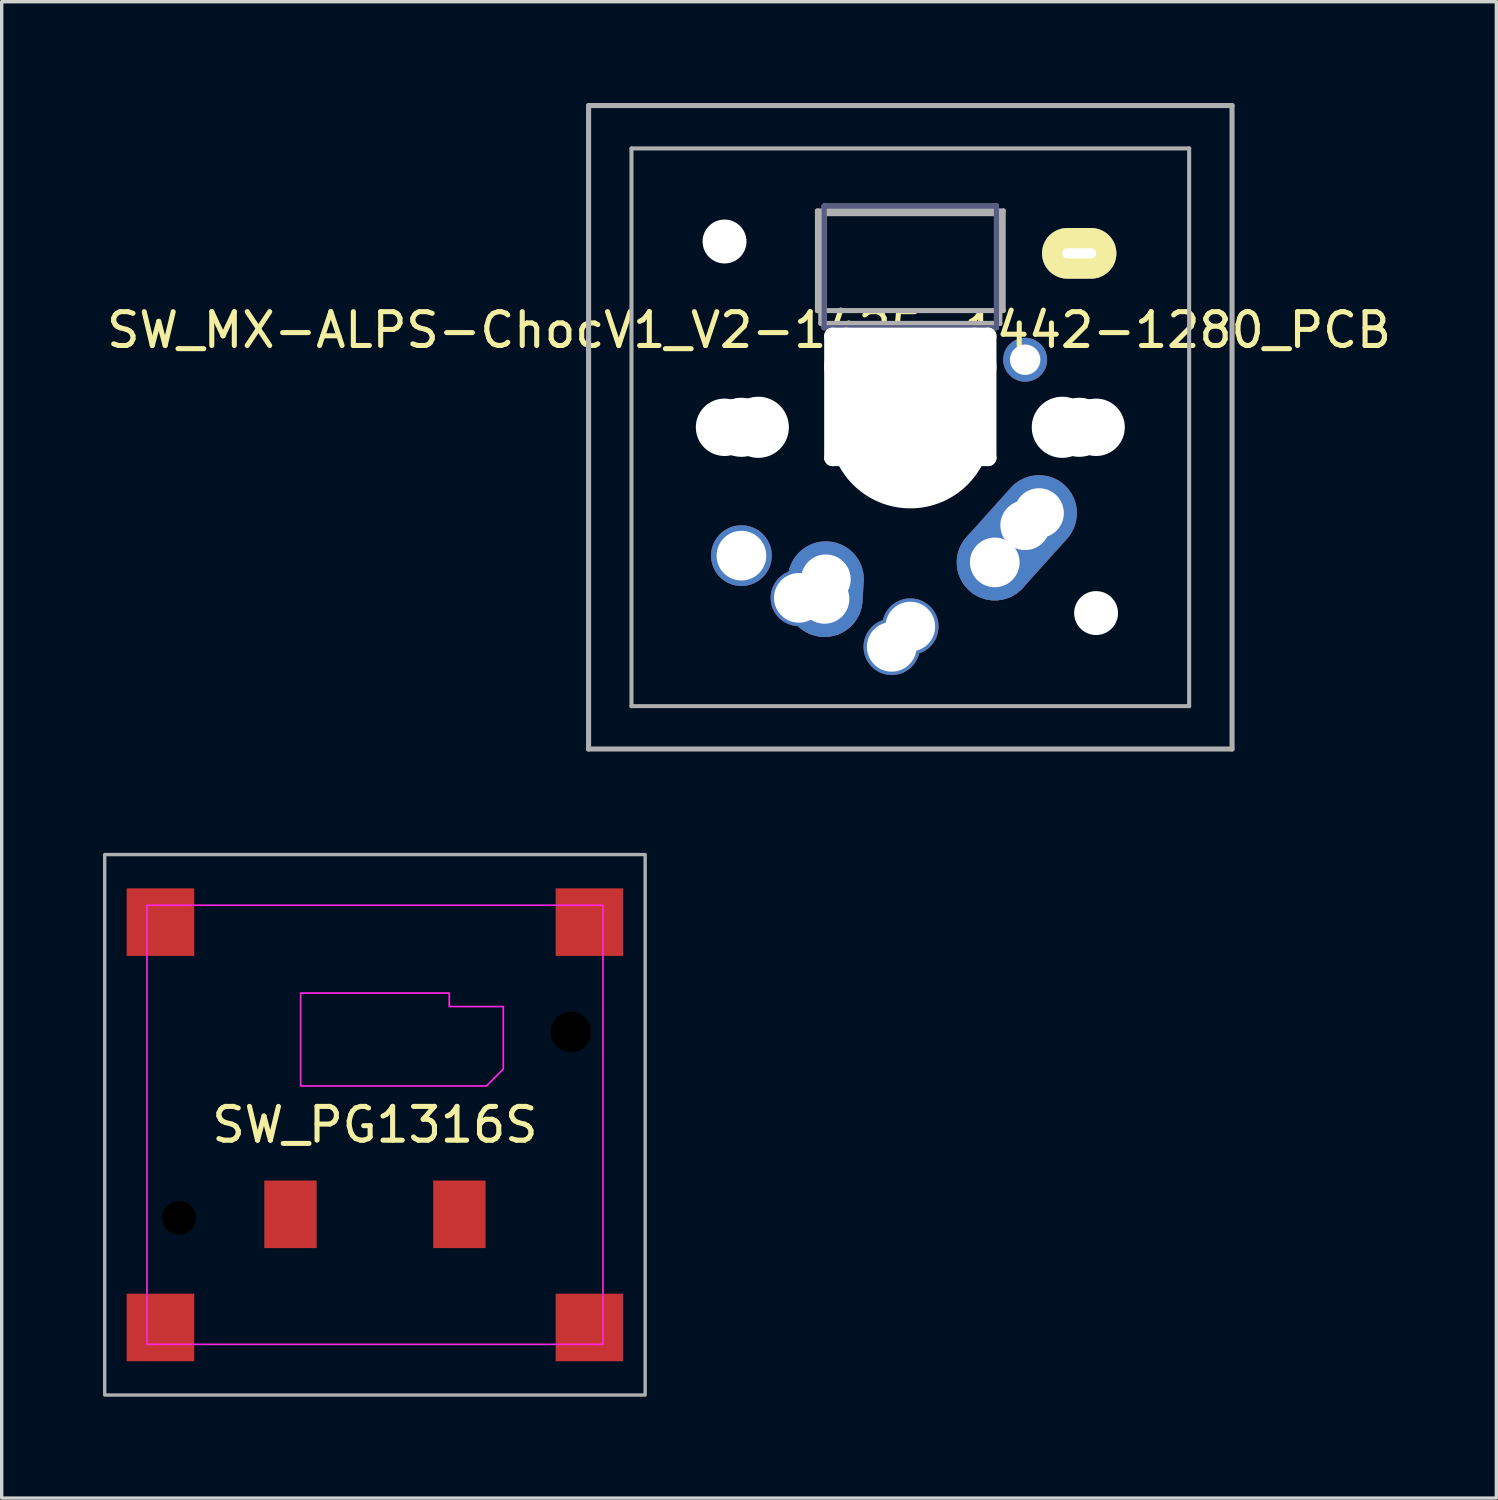
<source format=kicad_pcb>
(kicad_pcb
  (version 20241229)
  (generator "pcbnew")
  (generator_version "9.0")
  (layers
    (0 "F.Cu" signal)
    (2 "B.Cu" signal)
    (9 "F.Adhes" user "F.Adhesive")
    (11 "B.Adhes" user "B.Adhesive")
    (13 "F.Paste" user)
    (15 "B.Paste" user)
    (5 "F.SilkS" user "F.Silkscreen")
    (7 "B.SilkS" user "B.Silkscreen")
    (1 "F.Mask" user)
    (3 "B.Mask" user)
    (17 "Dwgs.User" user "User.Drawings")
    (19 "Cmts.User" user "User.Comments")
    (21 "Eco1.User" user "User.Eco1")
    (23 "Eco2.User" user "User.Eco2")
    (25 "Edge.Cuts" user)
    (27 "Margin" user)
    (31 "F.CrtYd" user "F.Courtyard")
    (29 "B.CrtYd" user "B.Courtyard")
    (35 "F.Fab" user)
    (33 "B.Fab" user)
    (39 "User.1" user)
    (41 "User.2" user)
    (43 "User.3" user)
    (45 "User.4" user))
  (footprint "SW_MX-ALPS-ChocV1_V2-1425-1442-1280_PCB"
    (layer "F.Cu")
    (at 23.9 9.6)
    (property "Reference" "SW_MX-ALPS-ChocV1_V2-1425-1442-1280_PCB" (at -4.775 -2.877 0) (unlocked yes) (layer "F.SilkS") (effects (font (size 1 1) (thickness 0.15))))
    (attr through_hole)
    (fp_line (start -2.55 -6.55) (end 2.55 -6.55) (stroke (width 0.15) (type solid)) (layer "B.Fab"))
    (fp_line (start -2.55 -2.95) (end -2.55 -6.55) (stroke (width 0.15) (type solid)) (layer "B.Fab"))
    (fp_line (start 2.55 -6.55) (end 2.55 -2.95) (stroke (width 0.15) (type solid)) (layer "B.Fab"))
    (fp_line (start 2.55 -2.95) (end -2.55 -2.95) (stroke (width 0.15) (type solid)) (layer "B.Fab"))
    (fp_line (start -9.525 -9.525) (end 9.525 -9.525) (stroke (width 0.15) (type solid)) (layer "F.Fab"))
    (fp_line (start -9.525 9.525) (end -9.525 -9.525) (stroke (width 0.15) (type solid)) (layer "F.Fab"))
    (fp_line (start -8.255 -8.255) (end 8.255 -8.255) (stroke (width 0.12) (type solid)) (layer "F.Fab"))
    (fp_line (start -8.255 8.255) (end -8.255 -8.255) (stroke (width 0.12) (type solid)) (layer "F.Fab"))
    (fp_line (start -2.75 -6.405) (end 2.75 -6.405) (stroke (width 0.15) (type solid)) (layer "F.Fab"))
    (fp_line (start -2.75 -3.455) (end -2.75 -6.405) (stroke (width 0.15) (type solid)) (layer "F.Fab"))
    (fp_line (start -2.75 -3.455) (end 2.75 -3.455) (stroke (width 0.15) (type solid)) (layer "F.Fab"))
    (fp_line (start -2.65 -6.325) (end -2.65 -3.075) (stroke (width 0.15) (type solid)) (layer "F.Fab"))
    (fp_line (start -2.65 -6.325) (end 2.65 -6.325) (stroke (width 0.15) (type solid)) (layer "F.Fab"))
    (fp_line (start -2.65 -3.075) (end 2.65 -3.075) (stroke (width 0.15) (type solid)) (layer "F.Fab"))
    (fp_line (start -2.55 -6.55) (end -2.55 -2.95) (stroke (width 0.15) (type solid)) (layer "F.Fab"))
    (fp_line (start -2.55 -2.95) (end 2.55 -2.95) (stroke (width 0.15) (type solid)) (layer "F.Fab"))
    (fp_line (start 2.55 -6.55) (end -2.55 -6.55) (stroke (width 0.15) (type solid)) (layer "F.Fab"))
    (fp_line (start 2.55 -2.95) (end 2.55 -6.55) (stroke (width 0.15) (type solid)) (layer "F.Fab"))
    (fp_line (start 2.65 -6.325) (end 2.65 -3.075) (stroke (width 0.15) (type solid)) (layer "F.Fab"))
    (fp_line (start 2.75 -3.455) (end 2.75 -6.405) (stroke (width 0.15) (type solid)) (layer "F.Fab"))
    (fp_line (start 8.255 -8.255) (end 8.255 8.255) (stroke (width 0.12) (type solid)) (layer "F.Fab"))
    (fp_line (start 8.255 8.255) (end -8.255 8.255) (stroke (width 0.12) (type solid)) (layer "F.Fab"))
    (fp_line (start 9.525 -9.525) (end 9.525 9.525) (stroke (width 0.15) (type solid)) (layer "F.Fab"))
    (fp_line (start 9.525 9.525) (end -9.525 9.525) (stroke (width 0.15) (type solid)) (layer "F.Fab"))
    (pad "" np_thru_hole circle (at -5.5 -5.5) (size 1.3 1.3) (drill 1.3) (layers "*.Cu" "*.Mask"))
    (pad "" np_thru_hole circle (at -5.5 0 228.1) (size 1.7 1.7) (drill 1.7) (layers "*.Cu" "*.Mask"))
    (pad "" np_thru_hole circle (at -5.08 0) (size 1.7 1.7) (drill 1.7) (layers "*.Cu" "*.Mask"))
    (pad "" np_thru_hole circle (at -5 0) (size 1.75 1.75) (drill 1.75) (layers "*.Cu" "*.Mask"))
    (pad "" np_thru_hole circle (at -4.5 0) (size 1.81 1.81) (drill 1.81) (layers "*.Cu" "*.Mask"))
    (pad "" np_thru_hole oval (at -2.3 -0.9 180) (size 0.5 4.1) (drill oval 0.5 4.1) (layers "*.Cu" "*.Mask"))
    (pad "" np_thru_hole oval (at -1.905 -0.9 180) (size 0.5 4.1) (drill oval 0.5 4.1) (layers "*.Cu" "*.Mask"))
    (pad "" np_thru_hole oval (at 0 -2.7 180) (size 5.1 0.5) (drill oval 5.1 0.5) (layers "*.Cu" "*.Mask"))
    (pad "" np_thru_hole oval (at 0 -1.8 180) (size 5.1 1.5) (drill oval 5.1 1.5) (layers "*.Cu" "*.Mask"))
    (pad "" np_thru_hole circle (at 0 0) (size 4.8 4.8) (drill 4.8) (layers "*.Cu" "*.Mask"))
    (pad "" np_thru_hole oval (at 0 0.9 180) (size 5.1 0.5) (drill oval 5.1 0.5) (layers "*.Cu" "*.Mask"))
    (pad "" np_thru_hole oval (at 1.9 -0.9 180) (size 0.5 4.1) (drill oval 0.5 4.1) (layers "*.Cu" "*.Mask"))
    (pad "" np_thru_hole oval (at 2.3 -0.9 180) (size 0.5 4.1) (drill oval 0.5 4.1) (layers "*.Cu" "*.Mask"))
    (pad "" np_thru_hole circle (at 4.5 0) (size 1.81 1.81) (drill 1.81) (layers "*.Cu" "*.Mask"))
    (pad "" thru_hole oval (at 5 -5.15 180) (size 2.2 1.5) (drill oval 1 0.3) (layers "*.Cu" "B.Mask" "F.SilkS"))
    (pad "" np_thru_hole circle (at 5 0) (size 1.75 1.75) (drill 1.75) (layers "*.Cu" "*.Mask"))
    (pad "" np_thru_hole circle (at 5.08 0) (size 1.7 1.7) (drill 1.7) (layers "*.Cu" "*.Mask"))
    (pad "" np_thru_hole circle (at 5.5 0 228.1) (size 1.7 1.7) (drill 1.7) (layers "*.Cu" "*.Mask"))
    (pad "" np_thru_hole circle (at 5.5 5.5) (size 1.3 1.3) (drill 1.3) (layers "*.Cu" "*.Mask"))
    (pad "1" thru_hole circle (at -5 3.8 180) (size 1.8 1.8) (drill 1.47) (layers "*.Cu" "*.Mask"))
    (pad "1" thru_hole circle (at 3.4 -2) (size 1.3 1.3) (drill 0.9) (layers "*.Cu" "*.Mask"))
    (pad "2" thru_hole circle (at -0.55 6.5 180) (size 1.67 1.67) (drill 1.47) (layers "*.Cu" "*.Mask"))
    (pad "2" thru_hole circle (at 0 5.9 180) (size 1.67 1.67) (drill 1.47) (layers "*.Cu" "*.Mask"))
    (pad "2" thru_hole circle (at 2.5 4 180) (size 2.25 2.25) (drill 1.47) (layers "*.Cu" "B.Mask"))
    (pad "2" thru_hole circle (at 3.4 2.9) (size 1.67 1.67) (drill 1.47) (layers "*.Cu" "*.Mask"))
    (pad "2" thru_hole custom (at 3.81 2.54 180) (size 2.25 2.25) (drill 1.47) (layers "*.Cu" "*.Mask") (options (anchor circle)) (primitives (gr_line (start 1.61 -1.16) (end 0.3 0.3) (width 1.4)) (gr_line (start 1.008 -1.758) (end -0.34 -0.26) (width 1.4)) (gr_arc (start 1.01 -1.76) (mid 1.61 -1.76) (end 1.61 -1.16) (width 1.4))))
    (pad "3" thru_hole circle (at -3.3 5.05 180) (size 1.67 1.67) (drill 1.47) (layers "*.Cu" "*.Mask"))
    (pad "3" thru_hole circle (at -2.54 5.08 180) (size 2.25 2.25) (drill 1.47) (layers "*.Cu" "*.Mask"))
    (pad "3" thru_hole oval (at -2.5 4.5 266.1) (size 2.831 2.25) (drill 1.47 (offset 0.291 0)) (layers "*.Cu" "*.Mask")))
  (footprint "SW_PG1316S"
    (layer "F.Cu")
    (at 8.05 30.25)
    (property "Reference" "SW_PG1316S" (at 0 0 0) (unlocked yes) (layer "F.SilkS") (effects (font (size 1 1) (thickness 0.15))))
    (attr smd)
    (fp_rect (start -6.75 -6.5) (end 6.75 6.5) (stroke (width 0.05) (type default)) (fill no) (layer "F.CrtYd"))
    (fp_poly (pts (xy 3.8 -3.5) (xy 3.8 -1.65) (xy 3.3 -1.15) (xy -2.2 -1.15) (xy -2.2 -3.9) (xy 2.2 -3.9) (xy 2.2 -3.5)) (stroke (width 0.05) (type default)) (fill no) (layer "F.CrtYd"))
    (fp_rect (start -8 8) (end 8 -8) (stroke (width 0.1) (type default)) (fill no) (layer "F.Fab"))
    (pad "" np_thru_hole circle (at -5.8 2.75) (size 1 1) (drill 1) (layers "*.Mask"))
    (pad "" np_thru_hole circle (at 5.8 -2.75) (size 1.2 1.2) (drill 1.2) (layers "*.Mask"))
    (pad "1" smd rect (at -2.5 2.65) (size 1.55 2) (layers "F.Cu" "F.Mask" "F.Paste"))
    (pad "2" smd rect (at 2.5 2.65) (size 1.55 2) (layers "F.Cu" "F.Mask" "F.Paste"))
    (pad "MP" smd rect (at -6.35 -6) (size 2 2) (layers "F.Cu" "F.Mask" "F.Paste"))
    (pad "MP" smd rect (at -6.35 6) (size 2 2) (layers "F.Cu" "F.Mask" "F.Paste"))
    (pad "MP" smd rect (at 6.35 -6) (size 2 2) (layers "F.Cu" "F.Mask" "F.Paste"))
    (pad "MP" smd rect (at 6.35 6) (size 2 2) (layers "F.Cu" "F.Mask" "F.Paste")))
  (gr_rect
    (start -3 -3)
    (end 41.25 41.3)
    (stroke (width 0.1) (type default))
    (fill no)
    (layer "Edge.Cuts")))
</source>
